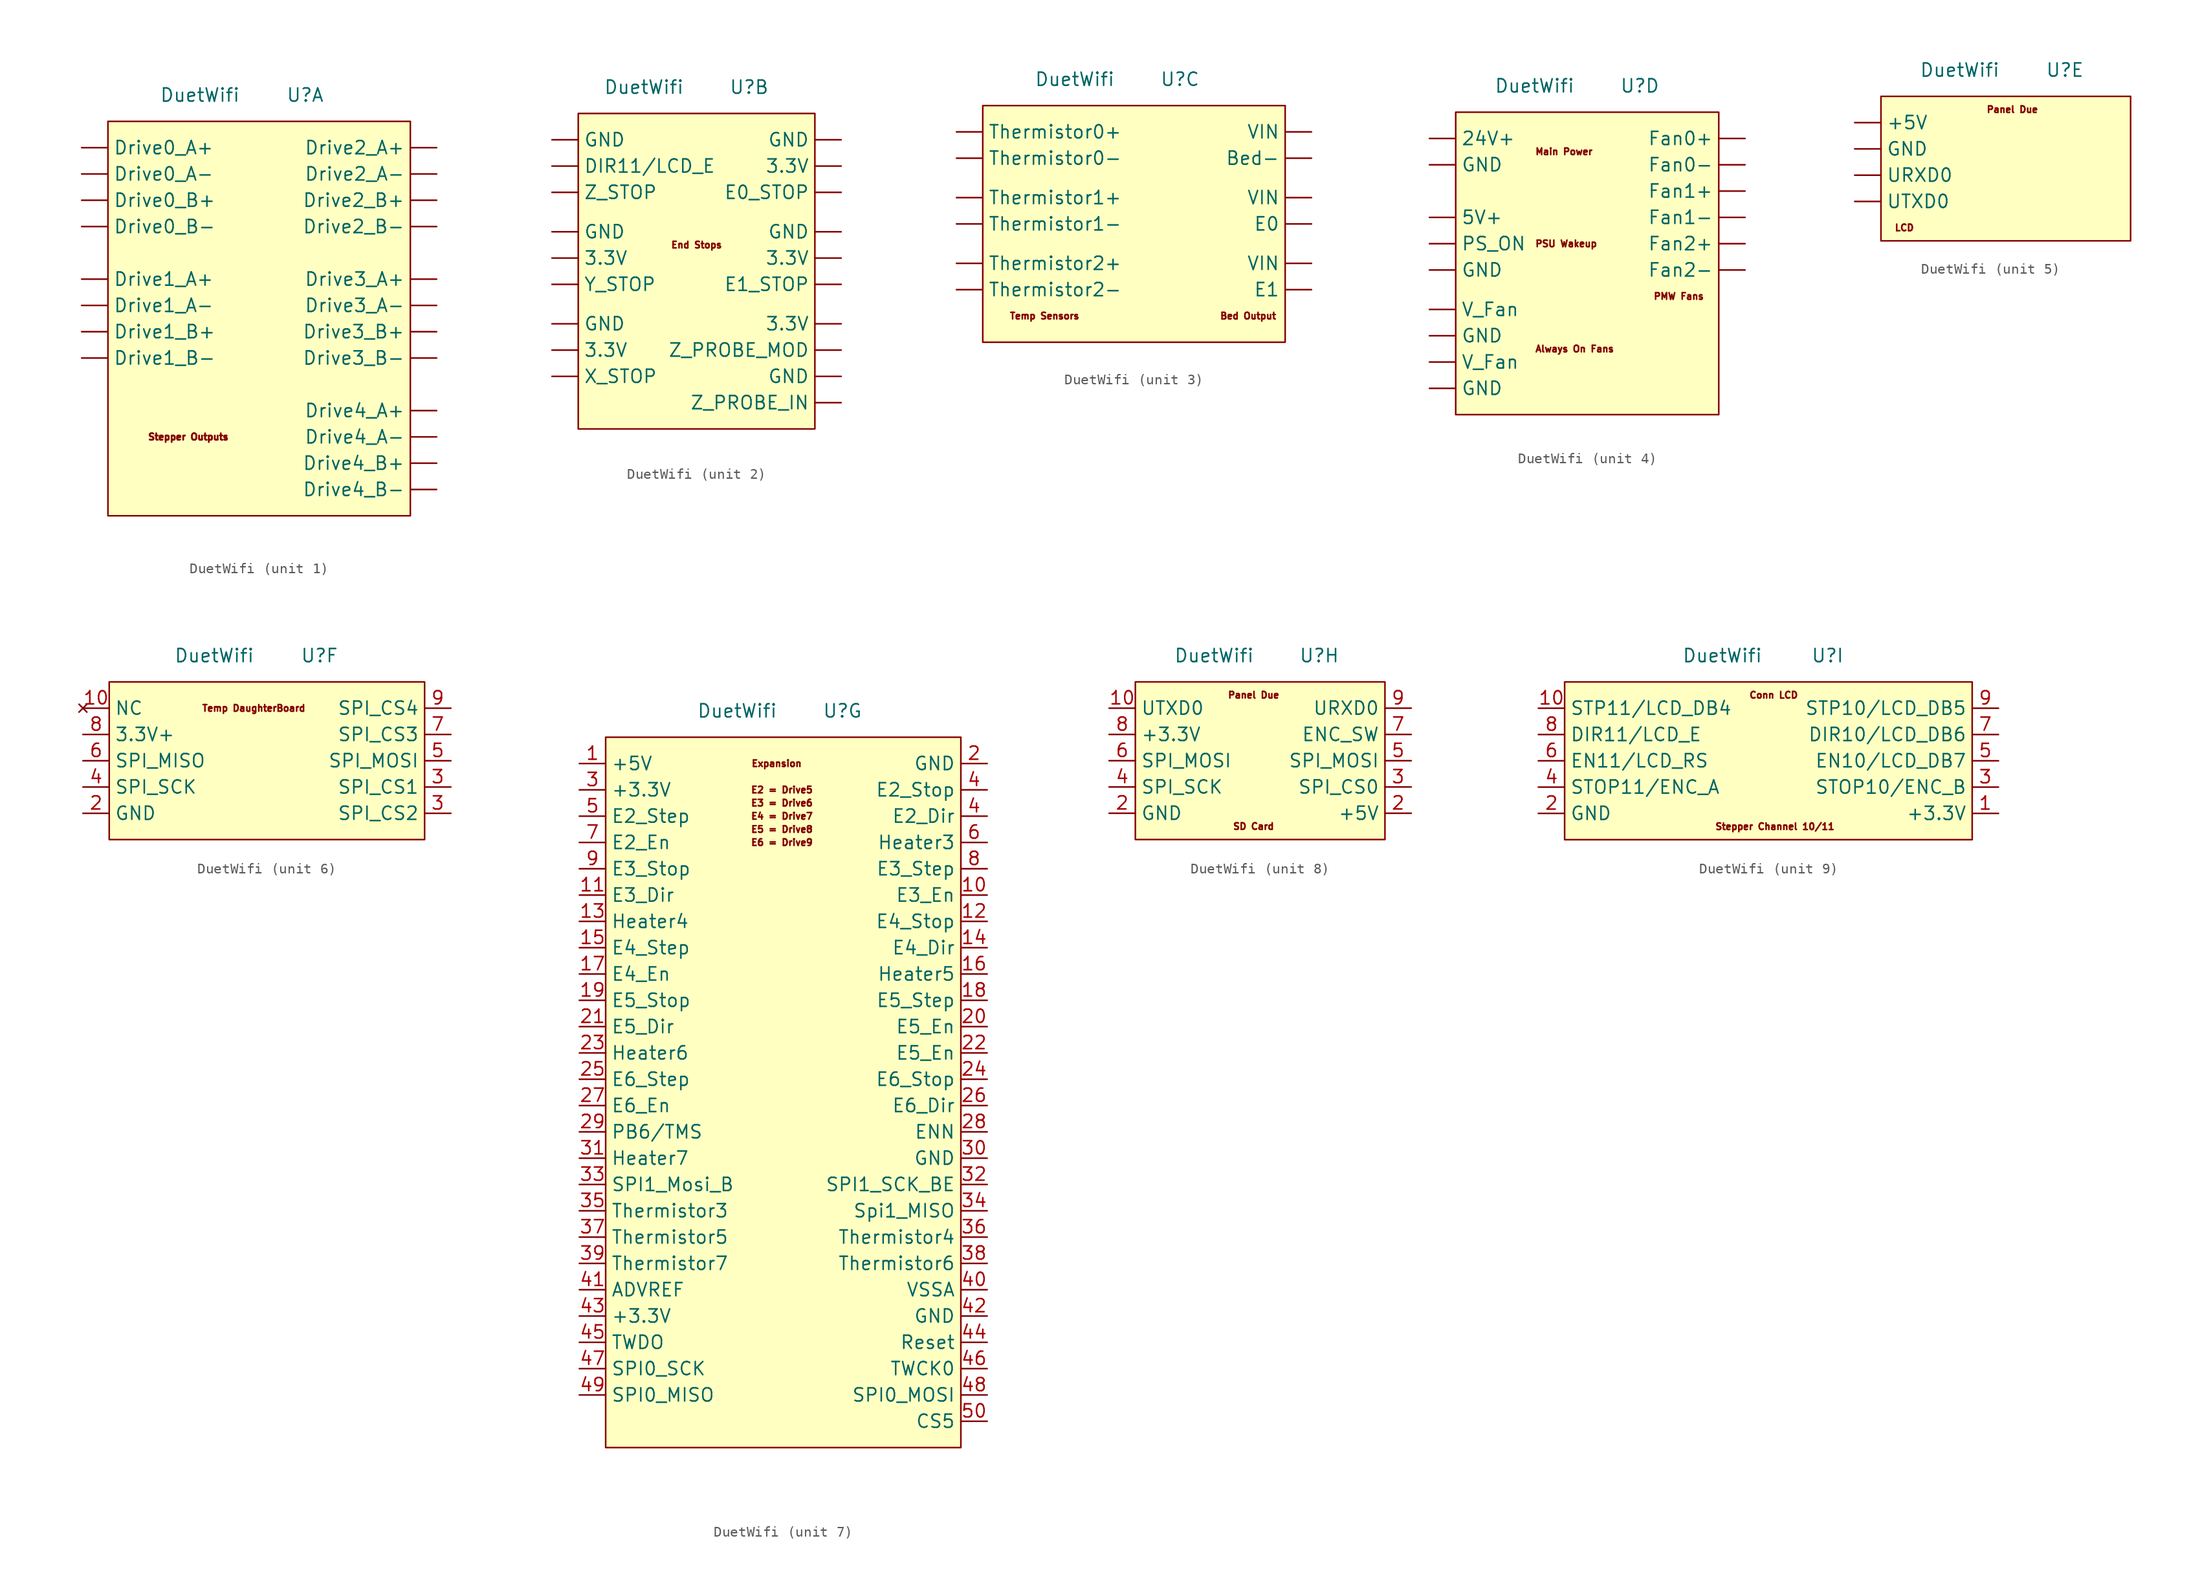
<source format=kicad_sym>
(kicad_symbol_lib
  (version 20211014)
  (generator kicad_symbol_editor)
  (symbol "DuetWifi"
    (property "Reference" "U"
      (at 5.08 2.54 0)
      (effects (font (size 1.27 1.27))))
    (property "Value" "DuetWifi"
      (at -5.08 2.54 0)
      (effects (font (size 1.27 1.27))))
    (symbol "DuetWifi_1_0"
      (text "Stepper Outputs" (at -10.16 -30.48 0) (effects (font (size 0.635 0.635)) (justify left)))
      (text "Stepper Outputs" (at -10.16 -30.48 0) (effects (font (size 0.635 0.635)) (justify left))))
    (symbol "DuetWifi_1_1"
      (rectangle (start -13.97 0) (end 15.24 -38.1) (stroke (width 0) (type default) (color 0 0 0 0)) (fill (type background)))
      (pin output line (at -16.51 -2.54 0) (length 2.54) (name "Drive0_A+" (effects (font (size 1.27 1.27)))) (number "" (effects (font (size 1.27 1.27)))))
      (pin output line (at -16.51 -5.08 0) (length 2.54) (name "Drive0_A-" (effects (font (size 1.27 1.27)))) (number "" (effects (font (size 1.27 1.27)))))
      (pin output line (at -16.51 -7.62 0) (length 2.54) (name "Drive0_B+" (effects (font (size 1.27 1.27)))) (number "" (effects (font (size 1.27 1.27)))))
      (pin output line (at -16.51 -10.16 0) (length 2.54) (name "Drive0_B-" (effects (font (size 1.27 1.27)))) (number "" (effects (font (size 1.27 1.27)))))
      (pin output line (at -16.51 -15.24 0) (length 2.54) (name "Drive1_A+" (effects (font (size 1.27 1.27)))) (number "" (effects (font (size 1.27 1.27)))))
      (pin output line (at -16.51 -17.78 0) (length 2.54) (name "Drive1_A-" (effects (font (size 1.27 1.27)))) (number "" (effects (font (size 1.27 1.27)))))
      (pin output line (at -16.51 -20.32 0) (length 2.54) (name "Drive1_B+" (effects (font (size 1.27 1.27)))) (number "" (effects (font (size 1.27 1.27)))))
      (pin output line (at -16.51 -22.86 0) (length 2.54) (name "Drive1_B-" (effects (font (size 1.27 1.27)))) (number "" (effects (font (size 1.27 1.27)))))
      (pin output line (at 17.78 -2.54 180) (length 2.54) (name "Drive2_A+" (effects (font (size 1.27 1.27)))) (number "" (effects (font (size 1.27 1.27)))))
      (pin output line (at 17.78 -5.08 180) (length 2.54) (name "Drive2_A-" (effects (font (size 1.27 1.27)))) (number "" (effects (font (size 1.27 1.27)))))
      (pin output line (at 17.78 -7.62 180) (length 2.54) (name "Drive2_B+" (effects (font (size 1.27 1.27)))) (number "" (effects (font (size 1.27 1.27)))))
      (pin output line (at 17.78 -10.16 180) (length 2.54) (name "Drive2_B-" (effects (font (size 1.27 1.27)))) (number "" (effects (font (size 1.27 1.27)))))
      (pin output line (at 17.78 -15.24 180) (length 2.54) (name "Drive3_A+" (effects (font (size 1.27 1.27)))) (number "" (effects (font (size 1.27 1.27)))))
      (pin output line (at 17.78 -17.78 180) (length 2.54) (name "Drive3_A-" (effects (font (size 1.27 1.27)))) (number "" (effects (font (size 1.27 1.27)))))
      (pin output line (at 17.78 -20.32 180) (length 2.54) (name "Drive3_B+" (effects (font (size 1.27 1.27)))) (number "" (effects (font (size 1.27 1.27)))))
      (pin output line (at 17.78 -22.86 180) (length 2.54) (name "Drive3_B-" (effects (font (size 1.27 1.27)))) (number "" (effects (font (size 1.27 1.27)))))
      (pin output line (at 17.78 -27.94 180) (length 2.54) (name "Drive4_A+" (effects (font (size 1.27 1.27)))) (number "" (effects (font (size 1.27 1.27)))))
      (pin output line (at 17.78 -30.48 180) (length 2.54) (name "Drive4_A-" (effects (font (size 1.27 1.27)))) (number "" (effects (font (size 1.27 1.27)))))
      (pin output line (at 17.78 -33.02 180) (length 2.54) (name "Drive4_B+" (effects (font (size 1.27 1.27)))) (number "" (effects (font (size 1.27 1.27)))))
      (pin output line (at 17.78 -35.56 180) (length 2.54) (name "Drive4_B-" (effects (font (size 1.27 1.27)))) (number "" (effects (font (size 1.27 1.27))))))
    (symbol "DuetWifi_2_0"
      (rectangle (start -11.43 0) (end 11.43 -30.48) (stroke (width 0) (type default) (color 0 0 0 0)) (fill (type background)))
      (text "End Stops" (at 0 -12.7 0) (effects (font (size 0.635 0.635)))))
    (symbol "DuetWifi_2_1"
      (pin power_out line (at -13.97 -22.86 0) (length 2.54) (name "3.3V" (effects (font (size 1.27 1.27)))) (number "" (effects (font (size 1.27 1.27)))))
      (pin power_out line (at -13.97 -13.97 0) (length 2.54) (name "3.3V" (effects (font (size 1.27 1.27)))) (number "" (effects (font (size 1.27 1.27)))))
      (pin power_out line (at 13.97 -20.32 180) (length 2.54) (name "3.3V" (effects (font (size 1.27 1.27)))) (number "" (effects (font (size 1.27 1.27)))))
      (pin power_out line (at 13.97 -13.97 180) (length 2.54) (name "3.3V" (effects (font (size 1.27 1.27)))) (number "" (effects (font (size 1.27 1.27)))))
      (pin power_out line (at 13.97 -5.08 180) (length 2.54) (name "3.3V" (effects (font (size 1.27 1.27)))) (number "" (effects (font (size 1.27 1.27)))))
      (pin bidirectional line (at -13.97 -5.08 0) (length 2.54) (name "DIR11/LCD_E" (effects (font (size 1.27 1.27)))) (number "" (effects (font (size 1.27 1.27)))))
      (pin input line (at 13.97 -7.62 180) (length 2.54) (name "E0_STOP" (effects (font (size 1.27 1.27)))) (number "" (effects (font (size 1.27 1.27)))))
      (pin input line (at 13.97 -16.51 180) (length 2.54) (name "E1_STOP" (effects (font (size 1.27 1.27)))) (number "" (effects (font (size 1.27 1.27)))))
      (pin power_out line (at -13.97 -20.32 0) (length 2.54) (name "GND" (effects (font (size 1.27 1.27)))) (number "" (effects (font (size 1.27 1.27)))))
      (pin power_out line (at -13.97 -11.43 0) (length 2.54) (name "GND" (effects (font (size 1.27 1.27)))) (number "" (effects (font (size 1.27 1.27)))))
      (pin power_out line (at -13.97 -2.54 0) (length 2.54) (name "GND" (effects (font (size 1.27 1.27)))) (number "" (effects (font (size 1.27 1.27)))))
      (pin power_out line (at 13.97 -25.4 180) (length 2.54) (name "GND" (effects (font (size 1.27 1.27)))) (number "" (effects (font (size 1.27 1.27)))))
      (pin power_out line (at 13.97 -11.43 180) (length 2.54) (name "GND" (effects (font (size 1.27 1.27)))) (number "" (effects (font (size 1.27 1.27)))))
      (pin power_out line (at 13.97 -2.54 180) (length 2.54) (name "GND" (effects (font (size 1.27 1.27)))) (number "" (effects (font (size 1.27 1.27)))))
      (pin input line (at -13.97 -25.4 0) (length 2.54) (name "X_STOP" (effects (font (size 1.27 1.27)))) (number "" (effects (font (size 1.27 1.27)))))
      (pin input line (at -13.97 -16.51 0) (length 2.54) (name "Y_STOP" (effects (font (size 1.27 1.27)))) (number "" (effects (font (size 1.27 1.27)))))
      (pin input line (at 13.97 -27.94 180) (length 2.54) (name "Z_PROBE_IN" (effects (font (size 1.27 1.27)))) (number "" (effects (font (size 1.27 1.27)))))
      (pin output line (at 13.97 -22.86 180) (length 2.54) (name "Z_PROBE_MOD" (effects (font (size 1.27 1.27)))) (number "" (effects (font (size 1.27 1.27)))))
      (pin input line (at -13.97 -7.62 0) (length 2.54) (name "Z_STOP" (effects (font (size 1.27 1.27)))) (number "" (effects (font (size 1.27 1.27))))))
    (symbol "DuetWifi_3_0"
      (rectangle (start -13.97 0) (end 15.24 -22.86) (stroke (width 0) (type default) (color 0 0 0 0)) (fill (type background)))
      (text "Bed Output" (at 8.89 -20.32 0) (effects (font (size 0.635 0.635)) (justify left)))
      (text "Temp Sensors" (at -11.43 -20.32 0) (effects (font (size 0.635 0.635)) (justify left))))
    (symbol "DuetWifi_3_1"
      (pin output line (at 17.78 -5.08 180) (length 2.54) (name "Bed-" (effects (font (size 1.27 1.27)))) (number "" (effects (font (size 1.27 1.27)))))
      (pin output line (at 17.78 -11.43 180) (length 2.54) (name "E0" (effects (font (size 1.27 1.27)))) (number "" (effects (font (size 1.27 1.27)))))
      (pin output line (at 17.78 -17.78 180) (length 2.54) (name "E1" (effects (font (size 1.27 1.27)))) (number "" (effects (font (size 1.27 1.27)))))
      (pin input line (at -16.51 -2.54 0) (length 2.54) (name "Thermistor0+" (effects (font (size 1.27 1.27)))) (number "" (effects (font (size 1.27 1.27)))))
      (pin input line (at -16.51 -5.08 0) (length 2.54) (name "Thermistor0-" (effects (font (size 1.27 1.27)))) (number "" (effects (font (size 1.27 1.27)))))
      (pin input line (at -16.51 -8.89 0) (length 2.54) (name "Thermistor1+" (effects (font (size 1.27 1.27)))) (number "" (effects (font (size 1.27 1.27)))))
      (pin input line (at -16.51 -11.43 0) (length 2.54) (name "Thermistor1-" (effects (font (size 1.27 1.27)))) (number "" (effects (font (size 1.27 1.27)))))
      (pin input line (at -16.51 -15.24 0) (length 2.54) (name "Thermistor2+" (effects (font (size 1.27 1.27)))) (number "" (effects (font (size 1.27 1.27)))))
      (pin input line (at -16.51 -17.78 0) (length 2.54) (name "Thermistor2-" (effects (font (size 1.27 1.27)))) (number "" (effects (font (size 1.27 1.27)))))
      (pin power_in line (at 17.78 -15.24 180) (length 2.54) (name "VIN" (effects (font (size 1.27 1.27)))) (number "" (effects (font (size 1.27 1.27)))))
      (pin power_in line (at 17.78 -8.89 180) (length 2.54) (name "VIN" (effects (font (size 1.27 1.27)))) (number "" (effects (font (size 1.27 1.27)))))
      (pin power_in line (at 17.78 -2.54 180) (length 2.54) (name "VIN" (effects (font (size 1.27 1.27)))) (number "" (effects (font (size 1.27 1.27))))))
    (symbol "DuetWifi_4_0"
      (text "Always On Fans" (at -5.08 -22.86 0) (effects (font (size 0.635 0.635)) (justify left)))
      (text "Main Power" (at -5.08 -3.81 0) (effects (font (size 0.635 0.635)) (justify left)))
      (text "PMW Fans" (at 6.35 -17.78 0) (effects (font (size 0.635 0.635)) (justify left)))
      (text "PSU Wakeup" (at -5.08 -12.7 0) (effects (font (size 0.635 0.635)) (justify left))))
    (symbol "DuetWifi_4_1"
      (rectangle (start -12.7 0) (end 12.7 -29.21) (stroke (width 0) (type default) (color 0 0 0 0)) (fill (type background)))
      (pin power_in line (at -15.24 -2.54 0) (length 2.54) (name "24V+" (effects (font (size 1.27 1.27)))) (number "" (effects (font (size 1.27 1.27)))))
      (pin power_in line (at -15.24 -10.16 0) (length 2.54) (name "5V+" (effects (font (size 1.27 1.27)))) (number "" (effects (font (size 1.27 1.27)))))
      (pin output line (at 15.24 -2.54 180) (length 2.54) (name "Fan0+" (effects (font (size 1.27 1.27)))) (number "" (effects (font (size 1.27 1.27)))))
      (pin output line (at 15.24 -5.08 180) (length 2.54) (name "Fan0-" (effects (font (size 1.27 1.27)))) (number "" (effects (font (size 1.27 1.27)))))
      (pin output line (at 15.24 -7.62 180) (length 2.54) (name "Fan1+" (effects (font (size 1.27 1.27)))) (number "" (effects (font (size 1.27 1.27)))))
      (pin output line (at 15.24 -10.16 180) (length 2.54) (name "Fan1-" (effects (font (size 1.27 1.27)))) (number "" (effects (font (size 1.27 1.27)))))
      (pin output line (at 15.24 -12.7 180) (length 2.54) (name "Fan2+" (effects (font (size 1.27 1.27)))) (number "" (effects (font (size 1.27 1.27)))))
      (pin output line (at 15.24 -15.24 180) (length 2.54) (name "Fan2-" (effects (font (size 1.27 1.27)))) (number "" (effects (font (size 1.27 1.27)))))
      (pin output line (at -15.24 -26.67 0) (length 2.54) (name "GND" (effects (font (size 1.27 1.27)))) (number "" (effects (font (size 1.27 1.27)))))
      (pin output line (at -15.24 -21.59 0) (length 2.54) (name "GND" (effects (font (size 1.27 1.27)))) (number "" (effects (font (size 1.27 1.27)))))
      (pin power_in line (at -15.24 -15.24 0) (length 2.54) (name "GND" (effects (font (size 1.27 1.27)))) (number "" (effects (font (size 1.27 1.27)))))
      (pin power_in line (at -15.24 -5.08 0) (length 2.54) (name "GND" (effects (font (size 1.27 1.27)))) (number "" (effects (font (size 1.27 1.27)))))
      (pin input line (at -15.24 -12.7 0) (length 2.54) (name "PS_ON" (effects (font (size 1.27 1.27)))) (number "" (effects (font (size 1.27 1.27)))))
      (pin output line (at -15.24 -24.13 0) (length 2.54) (name "V_Fan" (effects (font (size 1.27 1.27)))) (number "" (effects (font (size 1.27 1.27)))))
      (pin output line (at -15.24 -19.05 0) (length 2.54) (name "V_Fan" (effects (font (size 1.27 1.27)))) (number "" (effects (font (size 1.27 1.27))))))
    (symbol "DuetWifi_5_0"
      (text "LCD" (at -11.43 -12.7 0) (effects (font (size 0.635 0.635)) (justify left)))
      (text "Panel Due" (at 0 -1.27 0) (effects (font (size 0.635 0.635)))))
    (symbol "DuetWifi_5_1"
      (rectangle (start -12.7 0) (end 11.43 -13.97) (stroke (width 0) (type default) (color 0 0 0 0)) (fill (type background)))
      (pin power_out line (at -15.24 -2.54 0) (length 2.54) (name "+5V" (effects (font (size 1.27 1.27)))) (number "" (effects (font (size 1.27 1.27)))))
      (pin power_out line (at -15.24 -5.08 0) (length 2.54) (name "GND" (effects (font (size 1.27 1.27)))) (number "" (effects (font (size 1.27 1.27)))))
      (pin input line (at -15.24 -7.62 0) (length 2.54) (name "URXD0" (effects (font (size 1.27 1.27)))) (number "" (effects (font (size 1.27 1.27)))))
      (pin output line (at -15.24 -10.16 0) (length 2.54) (name "UTXD0" (effects (font (size 1.27 1.27)))) (number "" (effects (font (size 1.27 1.27))))))
    (symbol "DuetWifi_6_0"
      (rectangle (start -15.24 0) (end 15.24 -15.24) (stroke (width 0) (type default) (color 0 0 0 0)) (fill (type background)))
      (text "Temp DaughterBoard" (at -1.27 -2.54 0) (effects (font (size 0.635 0.635)))))
    (symbol "DuetWifi_6_1"
      (pin no_connect line (at -17.78 -2.54 0) (length 2.54) (name "NC" (effects (font (size 1.27 1.27)))) (number "10" (effects (font (size 1.27 1.27)))))
      (pin power_out line (at -17.78 -12.7 0) (length 2.54) (name "GND" (effects (font (size 1.27 1.27)))) (number "2" (effects (font (size 1.27 1.27)))))
      (pin bidirectional line (at 17.78 -10.16 180) (length 2.54) (name "SPI_CS1" (effects (font (size 1.27 1.27)))) (number "3" (effects (font (size 1.27 1.27)))))
      (pin bidirectional line (at 17.78 -12.7 180) (length 2.54) (name "SPI_CS2" (effects (font (size 1.27 1.27)))) (number "3" (effects (font (size 1.27 1.27)))))
      (pin bidirectional line (at -17.78 -10.16 0) (length 2.54) (name "SPI_SCK" (effects (font (size 1.27 1.27)))) (number "4" (effects (font (size 1.27 1.27)))))
      (pin bidirectional line (at 17.78 -7.62 180) (length 2.54) (name "SPI_MOSI" (effects (font (size 1.27 1.27)))) (number "5" (effects (font (size 1.27 1.27)))))
      (pin bidirectional line (at -17.78 -7.62 0) (length 2.54) (name "SPI_MISO" (effects (font (size 1.27 1.27)))) (number "6" (effects (font (size 1.27 1.27)))))
      (pin bidirectional line (at 17.78 -5.08 180) (length 2.54) (name "SPI_CS3" (effects (font (size 1.27 1.27)))) (number "7" (effects (font (size 1.27 1.27)))))
      (pin power_out line (at -17.78 -5.08 0) (length 2.54) (name "3.3V+" (effects (font (size 1.27 1.27)))) (number "8" (effects (font (size 1.27 1.27)))))
      (pin bidirectional line (at 17.78 -2.54 180) (length 2.54) (name "SPI_CS4" (effects (font (size 1.27 1.27)))) (number "9" (effects (font (size 1.27 1.27))))))
    (symbol "DuetWifi_7_0"
      (rectangle (start -17.78 0) (end 16.51 -68.58) (stroke (width 0) (type default) (color 0 0 0 0)) (fill (type background)))
      (text "E2 = Drive5" (at -3.81 -5.08 0) (effects (font (size 0.635 0.635)) (justify left)))
      (text "E3 = Drive6" (at -3.81 -6.35 0) (effects (font (size 0.635 0.635)) (justify left)))
      (text "E4 = Drive7" (at -3.81 -7.62 0) (effects (font (size 0.635 0.635)) (justify left)))
      (text "E5 = Drive8" (at -3.81 -8.89 0) (effects (font (size 0.635 0.635)) (justify left)))
      (text "E6 = Drive9" (at -3.81 -10.16 0) (effects (font (size 0.635 0.635)) (justify left)))
      (text "Expansion" (at -1.27 -2.54 0) (effects (font (size 0.635 0.635)))))
    (symbol "DuetWifi_7_1"
      (pin power_out line (at -20.32 -2.54 0) (length 2.54) (name "+5V" (effects (font (size 1.27 1.27)))) (number "1" (effects (font (size 1.27 1.27)))))
      (pin bidirectional line (at 19.05 -15.24 180) (length 2.54) (name "E3_En" (effects (font (size 1.27 1.27)))) (number "10" (effects (font (size 1.27 1.27)))))
      (pin bidirectional line (at -20.32 -15.24 0) (length 2.54) (name "E3_Dir" (effects (font (size 1.27 1.27)))) (number "11" (effects (font (size 1.27 1.27)))))
      (pin bidirectional line (at 19.05 -17.78 180) (length 2.54) (name "E4_Stop" (effects (font (size 1.27 1.27)))) (number "12" (effects (font (size 1.27 1.27)))))
      (pin bidirectional line (at -20.32 -17.78 0) (length 2.54) (name "Heater4" (effects (font (size 1.27 1.27)))) (number "13" (effects (font (size 1.27 1.27)))))
      (pin bidirectional line (at 19.05 -20.32 180) (length 2.54) (name "E4_Dir" (effects (font (size 1.27 1.27)))) (number "14" (effects (font (size 1.27 1.27)))))
      (pin bidirectional line (at -20.32 -20.32 0) (length 2.54) (name "E4_Step" (effects (font (size 1.27 1.27)))) (number "15" (effects (font (size 1.27 1.27)))))
      (pin bidirectional line (at 19.05 -22.86 180) (length 2.54) (name "Heater5" (effects (font (size 1.27 1.27)))) (number "16" (effects (font (size 1.27 1.27)))))
      (pin bidirectional line (at -20.32 -22.86 0) (length 2.54) (name "E4_En" (effects (font (size 1.27 1.27)))) (number "17" (effects (font (size 1.27 1.27)))))
      (pin bidirectional line (at 19.05 -25.4 180) (length 2.54) (name "E5_Step" (effects (font (size 1.27 1.27)))) (number "18" (effects (font (size 1.27 1.27)))))
      (pin bidirectional line (at -20.32 -25.4 0) (length 2.54) (name "E5_Stop" (effects (font (size 1.27 1.27)))) (number "19" (effects (font (size 1.27 1.27)))))
      (pin power_out line (at 19.05 -2.54 180) (length 2.54) (name "GND" (effects (font (size 1.27 1.27)))) (number "2" (effects (font (size 1.27 1.27)))))
      (pin bidirectional line (at 19.05 -27.94 180) (length 2.54) (name "E5_En" (effects (font (size 1.27 1.27)))) (number "20" (effects (font (size 1.27 1.27)))))
      (pin bidirectional line (at -20.32 -27.94 0) (length 2.54) (name "E5_Dir" (effects (font (size 1.27 1.27)))) (number "21" (effects (font (size 1.27 1.27)))))
      (pin bidirectional line (at 19.05 -30.48 180) (length 2.54) (name "E5_En" (effects (font (size 1.27 1.27)))) (number "22" (effects (font (size 1.27 1.27)))))
      (pin bidirectional line (at -20.32 -30.48 0) (length 2.54) (name "Heater6" (effects (font (size 1.27 1.27)))) (number "23" (effects (font (size 1.27 1.27)))))
      (pin bidirectional line (at 19.05 -33.02 180) (length 2.54) (name "E6_Stop" (effects (font (size 1.27 1.27)))) (number "24" (effects (font (size 1.27 1.27)))))
      (pin bidirectional line (at -20.32 -33.02 0) (length 2.54) (name "E6_Step" (effects (font (size 1.27 1.27)))) (number "25" (effects (font (size 1.27 1.27)))))
      (pin bidirectional line (at 19.05 -35.56 180) (length 2.54) (name "E6_Dir" (effects (font (size 1.27 1.27)))) (number "26" (effects (font (size 1.27 1.27)))))
      (pin bidirectional line (at -20.32 -35.56 0) (length 2.54) (name "E6_En" (effects (font (size 1.27 1.27)))) (number "27" (effects (font (size 1.27 1.27)))))
      (pin bidirectional line (at 19.05 -38.1 180) (length 2.54) (name "ENN" (effects (font (size 1.27 1.27)))) (number "28" (effects (font (size 1.27 1.27)))))
      (pin bidirectional line (at -20.32 -38.1 0) (length 2.54) (name "PB6/TMS" (effects (font (size 1.27 1.27)))) (number "29" (effects (font (size 1.27 1.27)))))
      (pin power_out line (at -20.32 -5.08 0) (length 2.54) (name "+3.3V" (effects (font (size 1.27 1.27)))) (number "3" (effects (font (size 1.27 1.27)))))
      (pin power_out line (at 19.05 -40.64 180) (length 2.54) (name "GND" (effects (font (size 1.27 1.27)))) (number "30" (effects (font (size 1.27 1.27)))))
      (pin bidirectional line (at -20.32 -40.64 0) (length 2.54) (name "Heater7" (effects (font (size 1.27 1.27)))) (number "31" (effects (font (size 1.27 1.27)))))
      (pin bidirectional line (at 19.05 -43.18 180) (length 2.54) (name "SPI1_SCK_BE" (effects (font (size 1.27 1.27)))) (number "32" (effects (font (size 1.27 1.27)))))
      (pin bidirectional line (at -20.32 -43.18 0) (length 2.54) (name "SPI1_Mosi_B" (effects (font (size 1.27 1.27)))) (number "33" (effects (font (size 1.27 1.27)))))
      (pin bidirectional line (at 19.05 -45.72 180) (length 2.54) (name "Spi1_MISO" (effects (font (size 1.27 1.27)))) (number "34" (effects (font (size 1.27 1.27)))))
      (pin bidirectional line (at -20.32 -45.72 0) (length 2.54) (name "Thermistor3" (effects (font (size 1.27 1.27)))) (number "35" (effects (font (size 1.27 1.27)))))
      (pin bidirectional line (at 19.05 -48.26 180) (length 2.54) (name "Thermistor4" (effects (font (size 1.27 1.27)))) (number "36" (effects (font (size 1.27 1.27)))))
      (pin bidirectional line (at -20.32 -48.26 0) (length 2.54) (name "Thermistor5" (effects (font (size 1.27 1.27)))) (number "37" (effects (font (size 1.27 1.27)))))
      (pin bidirectional line (at 19.05 -50.8 180) (length 2.54) (name "Thermistor6" (effects (font (size 1.27 1.27)))) (number "38" (effects (font (size 1.27 1.27)))))
      (pin bidirectional line (at -20.32 -50.8 0) (length 2.54) (name "Thermistor7" (effects (font (size 1.27 1.27)))) (number "39" (effects (font (size 1.27 1.27)))))
      (pin bidirectional line (at 19.05 -7.62 180) (length 2.54) (name "E2_Dir" (effects (font (size 1.27 1.27)))) (number "4" (effects (font (size 1.27 1.27)))))
      (pin bidirectional line (at 19.05 -5.08 180) (length 2.54) (name "E2_Stop" (effects (font (size 1.27 1.27)))) (number "4" (effects (font (size 1.27 1.27)))))
      (pin bidirectional line (at 19.05 -53.34 180) (length 2.54) (name "VSSA" (effects (font (size 1.27 1.27)))) (number "40" (effects (font (size 1.27 1.27)))))
      (pin bidirectional line (at -20.32 -53.34 0) (length 2.54) (name "ADVREF" (effects (font (size 1.27 1.27)))) (number "41" (effects (font (size 1.27 1.27)))))
      (pin power_out line (at 19.05 -55.88 180) (length 2.54) (name "GND" (effects (font (size 1.27 1.27)))) (number "42" (effects (font (size 1.27 1.27)))))
      (pin power_out line (at -20.32 -55.88 0) (length 2.54) (name "+3.3V" (effects (font (size 1.27 1.27)))) (number "43" (effects (font (size 1.27 1.27)))))
      (pin bidirectional line (at 19.05 -58.42 180) (length 2.54) (name "Reset" (effects (font (size 1.27 1.27)))) (number "44" (effects (font (size 1.27 1.27)))))
      (pin bidirectional line (at -20.32 -58.42 0) (length 2.54) (name "TWDO" (effects (font (size 1.27 1.27)))) (number "45" (effects (font (size 1.27 1.27)))))
      (pin bidirectional line (at 19.05 -60.96 180) (length 2.54) (name "TWCK0" (effects (font (size 1.27 1.27)))) (number "46" (effects (font (size 1.27 1.27)))))
      (pin bidirectional line (at -20.32 -60.96 0) (length 2.54) (name "SPI0_SCK" (effects (font (size 1.27 1.27)))) (number "47" (effects (font (size 1.27 1.27)))))
      (pin bidirectional line (at 19.05 -63.5 180) (length 2.54) (name "SPI0_MOSI" (effects (font (size 1.27 1.27)))) (number "48" (effects (font (size 1.27 1.27)))))
      (pin bidirectional line (at -20.32 -63.5 0) (length 2.54) (name "SPI0_MISO" (effects (font (size 1.27 1.27)))) (number "49" (effects (font (size 1.27 1.27)))))
      (pin bidirectional line (at -20.32 -7.62 0) (length 2.54) (name "E2_Step" (effects (font (size 1.27 1.27)))) (number "5" (effects (font (size 1.27 1.27)))))
      (pin bidirectional line (at 19.05 -66.04 180) (length 2.54) (name "CS5" (effects (font (size 1.27 1.27)))) (number "50" (effects (font (size 1.27 1.27)))))
      (pin bidirectional line (at 19.05 -10.16 180) (length 2.54) (name "Heater3" (effects (font (size 1.27 1.27)))) (number "6" (effects (font (size 1.27 1.27)))))
      (pin bidirectional line (at -20.32 -10.16 0) (length 2.54) (name "E2_En" (effects (font (size 1.27 1.27)))) (number "7" (effects (font (size 1.27 1.27)))))
      (pin bidirectional line (at 19.05 -12.7 180) (length 2.54) (name "E3_Step" (effects (font (size 1.27 1.27)))) (number "8" (effects (font (size 1.27 1.27)))))
      (pin bidirectional line (at -20.32 -12.7 0) (length 2.54) (name "E3_Stop" (effects (font (size 1.27 1.27)))) (number "9" (effects (font (size 1.27 1.27))))))
    (symbol "DuetWifi_8_0"
      (text "Panel Due" (at -3.81 -1.27 0) (effects (font (size 0.635 0.635)) (justify left)))
      (text "SD Card" (at -1.27 -13.97 0) (effects (font (size 0.635 0.635)))))
    (symbol "DuetWifi_8_1"
      (rectangle (start -12.7 0) (end 11.43 -15.24) (stroke (width 0) (type default) (color 0 0 0 0)) (fill (type background)))
      (pin bidirectional line (at -15.24 -2.54 0) (length 2.54) (name "UTXD0" (effects (font (size 1.27 1.27)))) (number "10" (effects (font (size 1.27 1.27)))))
      (pin power_out line (at 13.97 -12.7 180) (length 2.54) (name "+5V" (effects (font (size 1.27 1.27)))) (number "2" (effects (font (size 1.27 1.27)))))
      (pin power_out line (at -15.24 -12.7 0) (length 2.54) (name "GND" (effects (font (size 1.27 1.27)))) (number "2" (effects (font (size 1.27 1.27)))))
      (pin bidirectional line (at 13.97 -10.16 180) (length 2.54) (name "SPI_CS0" (effects (font (size 1.27 1.27)))) (number "3" (effects (font (size 1.27 1.27)))))
      (pin bidirectional line (at -15.24 -10.16 0) (length 2.54) (name "SPI_SCK" (effects (font (size 1.27 1.27)))) (number "4" (effects (font (size 1.27 1.27)))))
      (pin bidirectional line (at 13.97 -7.62 180) (length 2.54) (name "SPI_MOSI" (effects (font (size 1.27 1.27)))) (number "5" (effects (font (size 1.27 1.27)))))
      (pin bidirectional line (at -15.24 -7.62 0) (length 2.54) (name "SPI_MOSI" (effects (font (size 1.27 1.27)))) (number "6" (effects (font (size 1.27 1.27)))))
      (pin bidirectional line (at 13.97 -5.08 180) (length 2.54) (name "ENC_SW" (effects (font (size 1.27 1.27)))) (number "7" (effects (font (size 1.27 1.27)))))
      (pin power_out line (at -15.24 -5.08 0) (length 2.54) (name "+3.3V" (effects (font (size 1.27 1.27)))) (number "8" (effects (font (size 1.27 1.27)))))
      (pin bidirectional line (at 13.97 -2.54 180) (length 2.54) (name "URXD0" (effects (font (size 1.27 1.27)))) (number "9" (effects (font (size 1.27 1.27))))))
    (symbol "DuetWifi_9_0"
      (text "Conn LCD" (at -2.54 -1.27 0) (effects (font (size 0.635 0.635)) (justify left)))
      (text "Stepper Channel 10/11" (at 0 -13.97 0) (effects (font (size 0.635 0.635)))))
    (symbol "DuetWifi_9_1"
      (rectangle (start -20.32 0) (end 19.05 -15.24) (stroke (width 0) (type default) (color 0 0 0 0)) (fill (type background)))
      (pin power_out line (at 21.59 -12.7 180) (length 2.54) (name "+3.3V" (effects (font (size 1.27 1.27)))) (number "1" (effects (font (size 1.27 1.27)))))
      (pin bidirectional line (at -22.86 -2.54 0) (length 2.54) (name "STP11/LCD_DB4" (effects (font (size 1.27 1.27)))) (number "10" (effects (font (size 1.27 1.27)))))
      (pin power_out line (at -22.86 -12.7 0) (length 2.54) (name "GND" (effects (font (size 1.27 1.27)))) (number "2" (effects (font (size 1.27 1.27)))))
      (pin bidirectional line (at 21.59 -10.16 180) (length 2.54) (name "STOP10/ENC_B" (effects (font (size 1.27 1.27)))) (number "3" (effects (font (size 1.27 1.27)))))
      (pin bidirectional line (at -22.86 -10.16 0) (length 2.54) (name "STOP11/ENC_A" (effects (font (size 1.27 1.27)))) (number "4" (effects (font (size 1.27 1.27)))))
      (pin bidirectional line (at 21.59 -7.62 180) (length 2.54) (name "EN10/LCD_DB7" (effects (font (size 1.27 1.27)))) (number "5" (effects (font (size 1.27 1.27)))))
      (pin bidirectional line (at -22.86 -7.62 0) (length 2.54) (name "EN11/LCD_RS" (effects (font (size 1.27 1.27)))) (number "6" (effects (font (size 1.27 1.27)))))
      (pin bidirectional line (at 21.59 -5.08 180) (length 2.54) (name "DIR10/LCD_DB6" (effects (font (size 1.27 1.27)))) (number "7" (effects (font (size 1.27 1.27)))))
      (pin bidirectional line (at -22.86 -5.08 0) (length 2.54) (name "DIR11/LCD_E" (effects (font (size 1.27 1.27)))) (number "8" (effects (font (size 1.27 1.27)))))
      (pin bidirectional line (at 21.59 -2.54 180) (length 2.54) (name "STP10/LCD_DB5" (effects (font (size 1.27 1.27)))) (number "9" (effects (font (size 1.27 1.27))))))))
</source>
